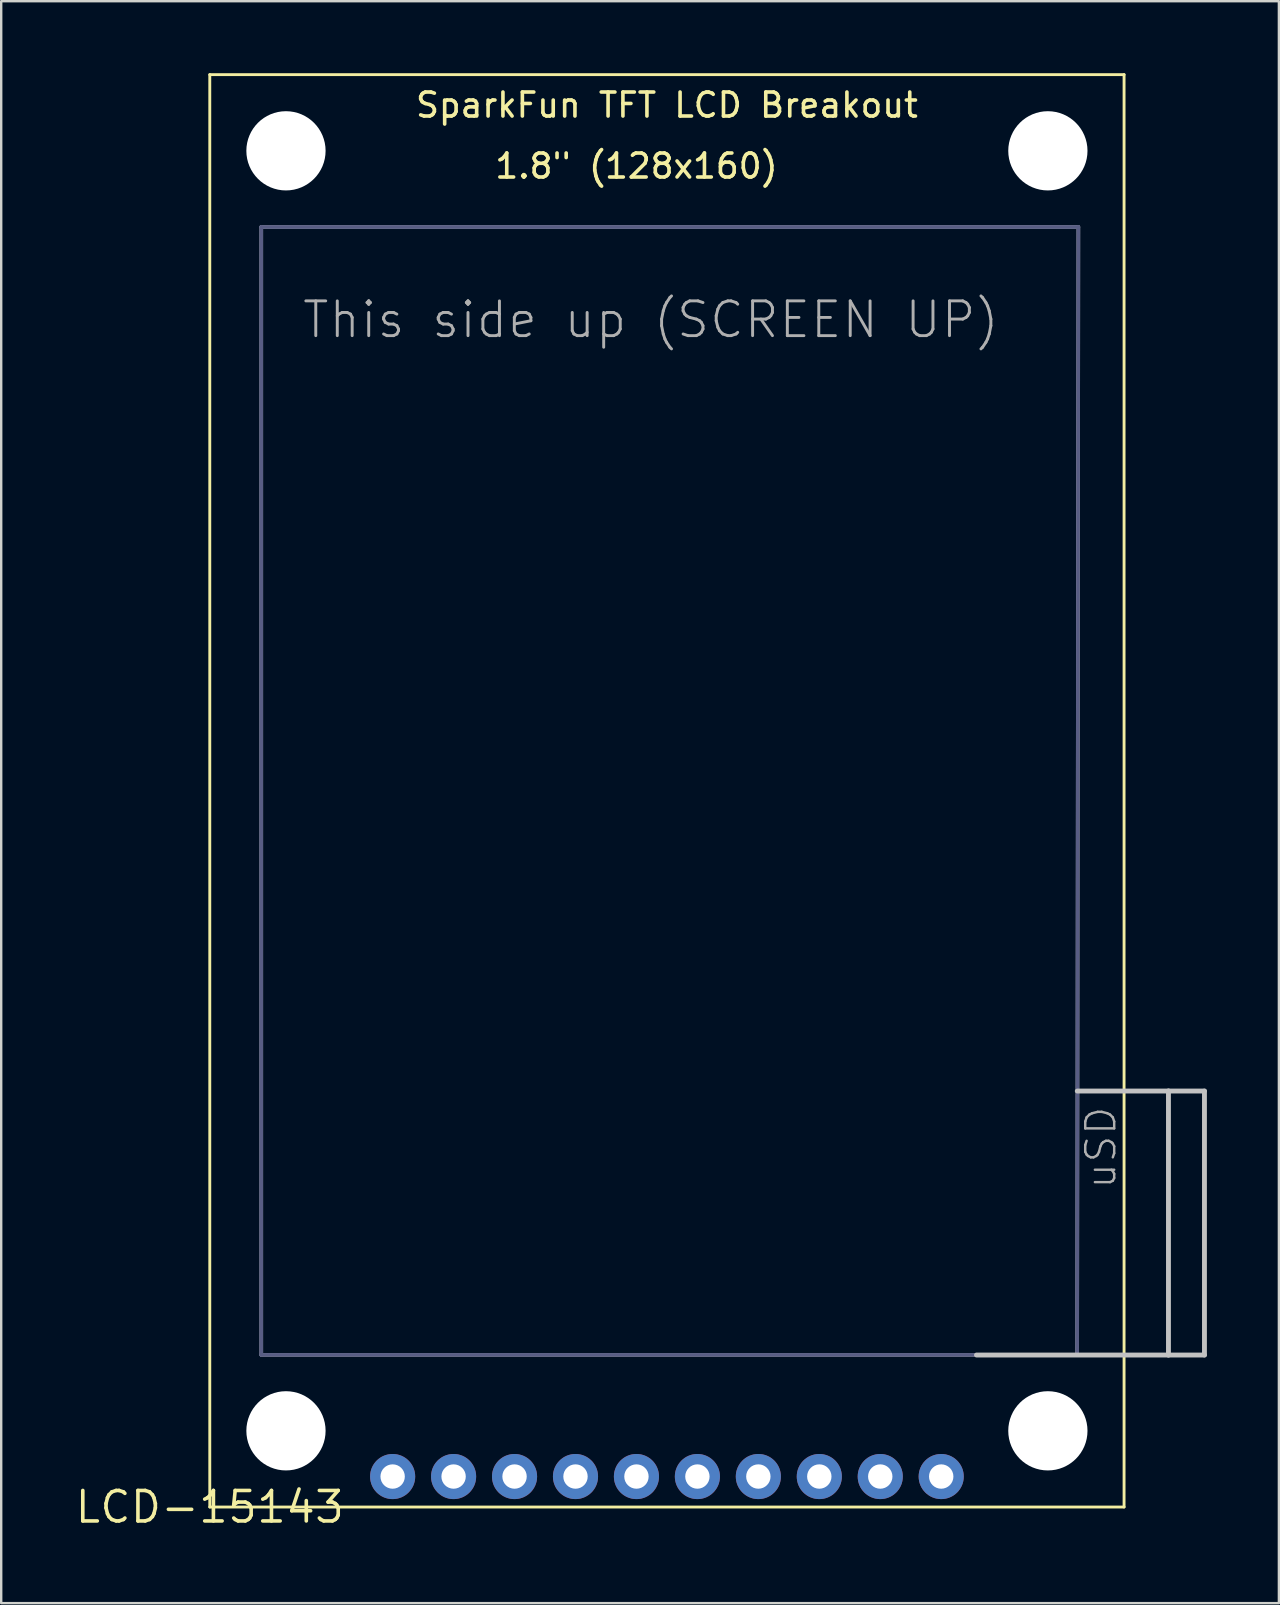
<source format=kicad_pcb>
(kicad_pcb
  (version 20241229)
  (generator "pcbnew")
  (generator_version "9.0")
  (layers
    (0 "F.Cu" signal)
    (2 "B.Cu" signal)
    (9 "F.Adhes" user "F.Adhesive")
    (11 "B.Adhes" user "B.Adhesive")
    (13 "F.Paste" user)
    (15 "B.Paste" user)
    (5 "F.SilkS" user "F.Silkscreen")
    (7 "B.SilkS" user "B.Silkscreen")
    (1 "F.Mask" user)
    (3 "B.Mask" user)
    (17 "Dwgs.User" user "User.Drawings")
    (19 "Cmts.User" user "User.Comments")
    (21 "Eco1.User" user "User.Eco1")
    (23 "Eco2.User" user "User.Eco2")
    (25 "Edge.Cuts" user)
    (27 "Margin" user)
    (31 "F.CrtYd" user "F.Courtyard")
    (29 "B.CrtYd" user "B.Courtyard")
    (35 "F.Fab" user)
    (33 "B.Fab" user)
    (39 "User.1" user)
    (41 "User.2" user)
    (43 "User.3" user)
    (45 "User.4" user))
  (footprint "LCD-15143"
    (layer "F.Cu")
    (at 5.692 59.75)
    (property "Reference" "LCD-15143" (at 0 0 0) (layer "F.SilkS") (effects (font (size 1.27 1.27) (thickness 0.15))))
    (attr through_hole)
    (fp_line (start 0 -59.69) (end 38.1 -59.69) (stroke (width 0.12) (type solid)) (layer "F.SilkS"))
    (fp_line (start 0 0) (end 0 -59.69) (stroke (width 0.12) (type solid)) (layer "F.SilkS"))
    (fp_line (start 38.1 -59.69) (end 38.1 0) (stroke (width 0.12) (type solid)) (layer "F.SilkS"))
    (fp_line (start 38.1 0) (end 0 0) (stroke (width 0.12) (type solid)) (layer "F.SilkS"))
    (fp_line (start 36.15 -17.334) (end 39.95 -17.334) (stroke (width 0.203) (type solid)) (layer "Dwgs.User"))
    (fp_line (start 39.95 -17.334) (end 39.95 -6.334) (stroke (width 0.203) (type solid)) (layer "Dwgs.User"))
    (fp_line (start 39.95 -17.334) (end 41.45 -17.334) (stroke (width 0.203) (type solid)) (layer "Dwgs.User"))
    (fp_line (start 39.95 -6.334) (end 31.95 -6.334) (stroke (width 0.203) (type solid)) (layer "Dwgs.User"))
    (fp_line (start 41.45 -17.334) (end 41.45 -6.334) (stroke (width 0.203) (type solid)) (layer "Dwgs.User"))
    (fp_line (start 41.45 -6.334) (end 39.95 -6.334) (stroke (width 0.203) (type solid)) (layer "Dwgs.User"))
    (fp_line (start 2.145 -53.34) (end 2.145 -6.34) (stroke (width 0.152) (type solid)) (layer "B.Fab"))
    (fp_line (start 2.145 -6.34) (end 36.145 -6.34) (stroke (width 0.152) (type solid)) (layer "B.Fab"))
    (fp_line (start 36.145 -6.34) (end 36.195 -53.34) (stroke (width 0.152) (type solid)) (layer "B.Fab"))
    (fp_line (start 36.195 -53.34) (end 2.145 -53.34) (stroke (width 0.152) (type solid)) (layer "B.Fab"))
    (fp_poly (pts (xy 7.366 -1.016) (xy 7.874 -1.016) (xy 7.874 -1.524) (xy 7.366 -1.524)) (stroke (width 0.1) (type solid)) (fill no) (layer "B.Fab"))
    (fp_poly (pts (xy 9.906 -1.016) (xy 10.414 -1.016) (xy 10.414 -1.524) (xy 9.906 -1.524)) (stroke (width 0.1) (type solid)) (fill no) (layer "B.Fab"))
    (fp_poly (pts (xy 12.446 -1.016) (xy 12.954 -1.016) (xy 12.954 -1.524) (xy 12.446 -1.524)) (stroke (width 0.1) (type solid)) (fill no) (layer "B.Fab"))
    (fp_poly (pts (xy 14.986 -1.016) (xy 15.494 -1.016) (xy 15.494 -1.524) (xy 14.986 -1.524)) (stroke (width 0.1) (type solid)) (fill no) (layer "B.Fab"))
    (fp_poly (pts (xy 17.526 -1.016) (xy 18.034 -1.016) (xy 18.034 -1.524) (xy 17.526 -1.524)) (stroke (width 0.1) (type solid)) (fill no) (layer "B.Fab"))
    (fp_poly (pts (xy 20.066 -1.016) (xy 20.574 -1.016) (xy 20.574 -1.524) (xy 20.066 -1.524)) (stroke (width 0.1) (type solid)) (fill no) (layer "B.Fab"))
    (fp_poly (pts (xy 22.606 -1.016) (xy 23.114 -1.016) (xy 23.114 -1.524) (xy 22.606 -1.524)) (stroke (width 0.1) (type solid)) (fill no) (layer "B.Fab"))
    (fp_poly (pts (xy 25.146 -1.016) (xy 25.654 -1.016) (xy 25.654 -1.524) (xy 25.146 -1.524)) (stroke (width 0.1) (type solid)) (fill no) (layer "B.Fab"))
    (fp_poly (pts (xy 27.686 -1.016) (xy 28.194 -1.016) (xy 28.194 -1.524) (xy 27.686 -1.524)) (stroke (width 0.1) (type solid)) (fill no) (layer "B.Fab"))
    (fp_poly (pts (xy 30.226 -1.016) (xy 30.734 -1.016) (xy 30.734 -1.524) (xy 30.226 -1.524)) (stroke (width 0.1) (type solid)) (fill no) (layer "B.Fab"))
    (fp_line (start 2.145 -53.34) (end 2.145 -6.34) (stroke (width 0.152) (type solid)) (layer "F.Fab"))
    (fp_line (start 2.145 -6.34) (end 36.145 -6.34) (stroke (width 0.152) (type solid)) (layer "F.Fab"))
    (fp_line (start 36.145 -6.34) (end 36.195 -53.34) (stroke (width 0.152) (type solid)) (layer "F.Fab"))
    (fp_line (start 36.195 -53.34) (end 2.145 -53.34) (stroke (width 0.152) (type solid)) (layer "F.Fab"))
    (fp_text user "SparkFun TFT LCD Breakout" (at 19.05 -58.42 0) (layer "F.SilkS") (effects (font (size 1 1) (thickness 0.15))))
    (fp_text user "1.8\" (128x160)" (at 17.78 -55.88 0) (layer "F.SilkS") (effects (font (size 1 1) (thickness 0.15))))
    (fp_text user "uSD" (at 36.43 -13.184 270) (layer "F.Fab") (effects (font (size 1.206 1.206) (thickness 0.102)) (justify left top)))
    (fp_text user "This side up (SCREEN UP)" (at 3.785 -48.63 0) (layer "F.Fab") (effects (font (size 1.448 1.448) (thickness 0.122)) (justify left bottom)))
    (pad "" np_thru_hole circle (at 3.175 -56.515) (size 3.302 3.302) (drill 3.302) (layers "*.Cu" "*.Mask"))
    (pad "" np_thru_hole circle (at 3.175 -3.175) (size 3.302 3.302) (drill 3.302) (layers "*.Cu" "*.Mask"))
    (pad "" np_thru_hole circle (at 34.925 -56.515) (size 3.302 3.302) (drill 3.302) (layers "*.Cu" "*.Mask"))
    (pad "" np_thru_hole circle (at 34.925 -3.175) (size 3.302 3.302) (drill 3.302) (layers "*.Cu" "*.Mask"))
    (pad "1@J2" thru_hole circle (at 7.62 -1.27 90) (size 1.88 1.88) (drill 1.016) (layers "*.Cu" "*.Mask"))
    (pad "2@J2" thru_hole circle (at 10.16 -1.27 90) (size 1.88 1.88) (drill 1.016) (layers "*.Cu" "*.Mask"))
    (pad "3@J2" thru_hole circle (at 12.7 -1.27 90) (size 1.88 1.88) (drill 1.016) (layers "*.Cu" "*.Mask"))
    (pad "4@J2" thru_hole circle (at 15.24 -1.27 90) (size 1.88 1.88) (drill 1.016) (layers "*.Cu" "*.Mask"))
    (pad "5@J2" thru_hole circle (at 17.78 -1.27 90) (size 1.88 1.88) (drill 1.016) (layers "*.Cu" "*.Mask"))
    (pad "6@J2" thru_hole circle (at 20.32 -1.27 90) (size 1.88 1.88) (drill 1.016) (layers "*.Cu" "*.Mask"))
    (pad "7@J2" thru_hole circle (at 22.86 -1.27 90) (size 1.88 1.88) (drill 1.016) (layers "*.Cu" "*.Mask"))
    (pad "8@J2" thru_hole circle (at 25.4 -1.27 90) (size 1.88 1.88) (drill 1.016) (layers "*.Cu" "*.Mask"))
    (pad "9@J2" thru_hole circle (at 27.94 -1.27 90) (size 1.88 1.88) (drill 1.016) (layers "*.Cu" "*.Mask"))
    (pad "10@J2" thru_hole circle (at 30.48 -1.27 90) (size 1.88 1.88) (drill 1.016) (layers "*.Cu" "*.Mask")))
  (gr_rect
    (start -3 -3)
    (end 50.244 63.756)
    (stroke (width 0.1) (type default))
    (fill no)
    (layer "Edge.Cuts")))
</source>
